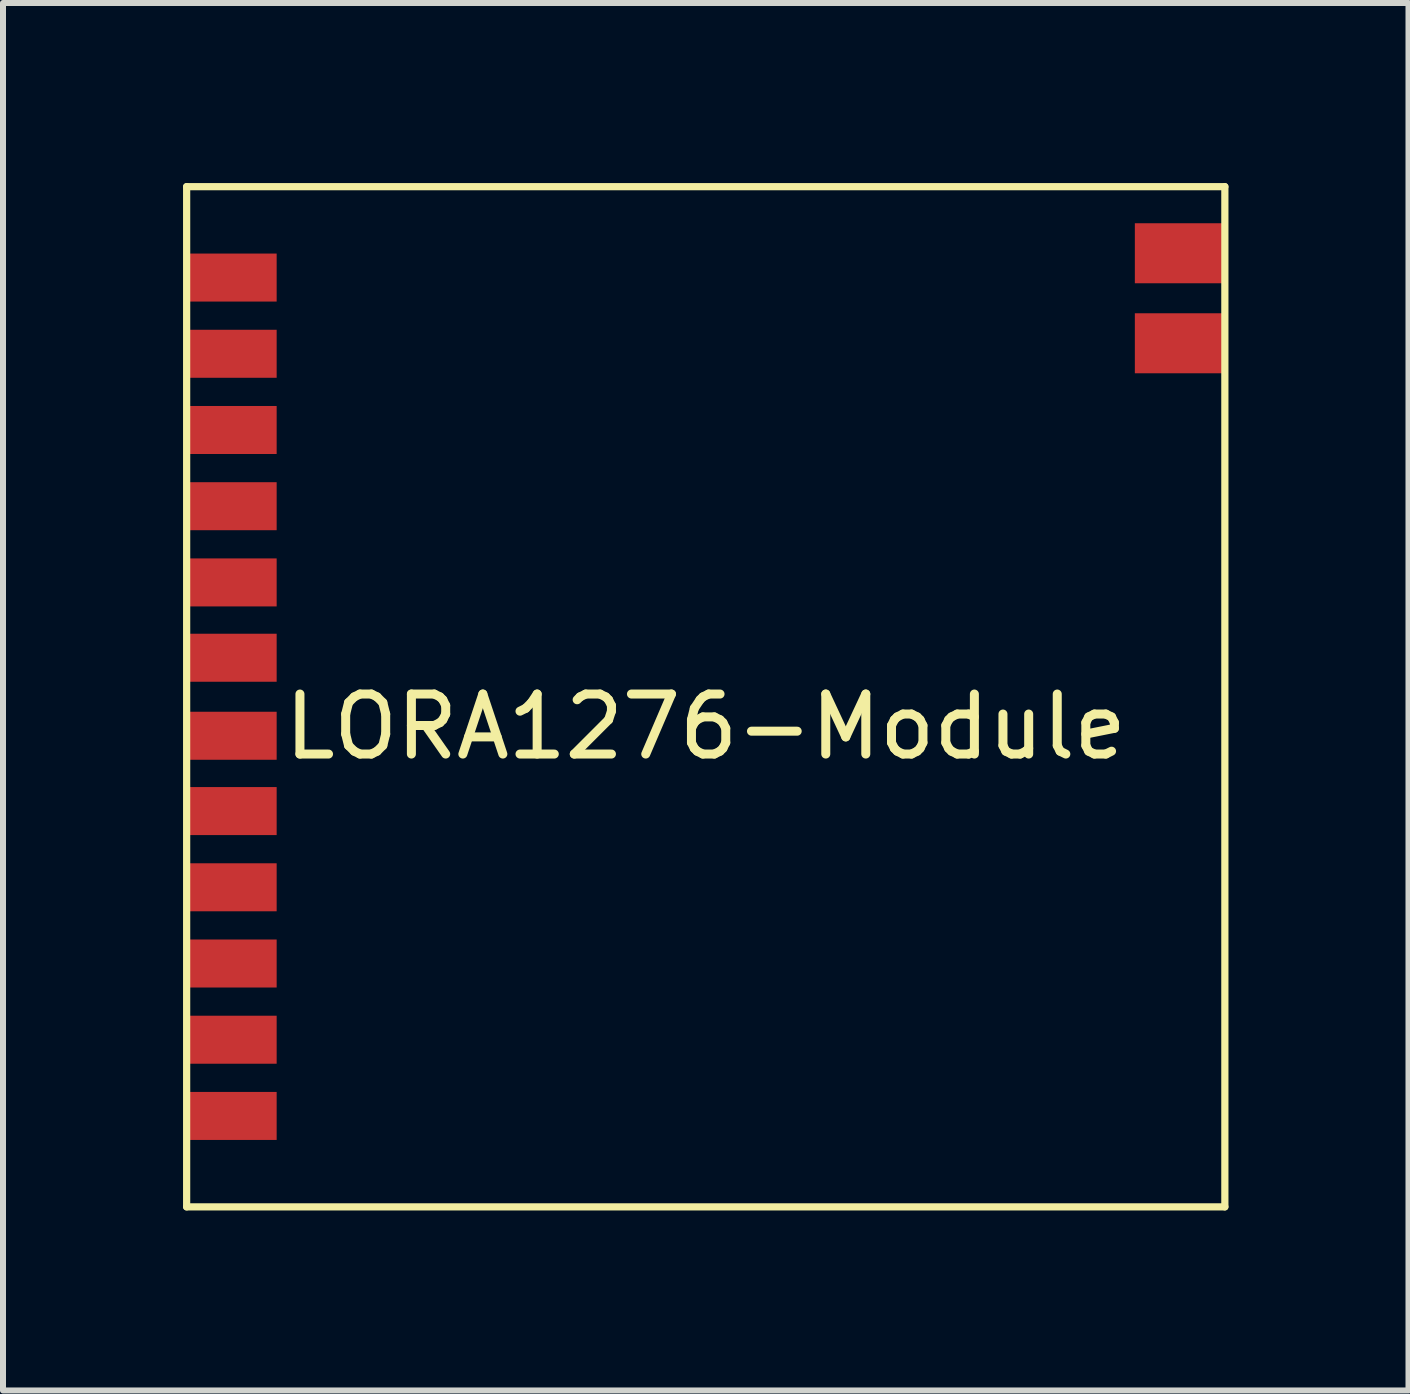
<source format=kicad_pcb>
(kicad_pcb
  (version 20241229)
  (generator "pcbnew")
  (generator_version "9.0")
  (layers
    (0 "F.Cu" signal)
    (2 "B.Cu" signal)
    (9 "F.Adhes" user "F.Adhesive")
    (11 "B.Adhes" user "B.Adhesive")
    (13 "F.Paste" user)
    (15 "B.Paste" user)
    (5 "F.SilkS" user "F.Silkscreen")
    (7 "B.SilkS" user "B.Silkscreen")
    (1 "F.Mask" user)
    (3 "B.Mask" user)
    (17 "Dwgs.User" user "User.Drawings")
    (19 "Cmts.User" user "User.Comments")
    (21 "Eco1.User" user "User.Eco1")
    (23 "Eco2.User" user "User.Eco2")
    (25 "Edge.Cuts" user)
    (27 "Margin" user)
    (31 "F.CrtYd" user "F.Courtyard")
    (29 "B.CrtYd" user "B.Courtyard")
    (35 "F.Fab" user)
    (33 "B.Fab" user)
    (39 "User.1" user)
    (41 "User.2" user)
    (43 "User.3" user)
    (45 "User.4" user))
  (footprint "LORA1276-Module"
    (layer "F.Cu")
    (at 8.71 8.56)
    (property "Reference" "LORA1276-Module" (at 0 0.5 0) (layer "F.SilkS") (effects (font (size 1 1) (thickness 0.15))))
    (attr through_hole)
    (fp_line (start -8.65 -8.5) (end 8.65 -8.5) (stroke (width 0.12) (type solid)) (layer "F.SilkS"))
    (fp_line (start -8.65 8.5) (end -8.65 -8.5) (stroke (width 0.12) (type solid)) (layer "F.SilkS"))
    (fp_line (start 8.65 -8.5) (end 8.65 8.5) (stroke (width 0.12) (type solid)) (layer "F.SilkS"))
    (fp_line (start 8.65 8.5) (end -8.65 8.5) (stroke (width 0.12) (type solid)) (layer "F.SilkS"))
    (pad "1" smd rect (at -7.9 -6.985) (size 1.5 0.8) (layers "F.Cu" "F.Mask" "F.Paste"))
    (pad "2" smd rect (at -7.9 -5.715) (size 1.5 0.8) (layers "F.Cu" "F.Mask" "F.Paste"))
    (pad "3" smd rect (at -7.9 -4.445) (size 1.5 0.8) (layers "F.Cu" "F.Mask" "F.Paste"))
    (pad "4" smd rect (at -7.9 -3.175) (size 1.5 0.8) (layers "F.Cu" "F.Mask" "F.Paste"))
    (pad "5" smd rect (at -7.9 -1.905) (size 1.5 0.8) (layers "F.Cu" "F.Mask" "F.Paste"))
    (pad "6" smd rect (at -7.9 -0.65) (size 1.5 0.8) (layers "F.Cu" "F.Mask" "F.Paste"))
    (pad "7" smd rect (at -7.9 0.65) (size 1.5 0.8) (layers "F.Cu" "F.Mask" "F.Paste"))
    (pad "8" smd rect (at -7.9 1.905) (size 1.5 0.8) (layers "F.Cu" "F.Mask" "F.Paste"))
    (pad "9" smd rect (at -7.9 3.175) (size 1.5 0.8) (layers "F.Cu" "F.Mask" "F.Paste"))
    (pad "10" smd rect (at -7.9 4.445) (size 1.5 0.8) (layers "F.Cu" "F.Mask" "F.Paste"))
    (pad "11" smd rect (at -7.9 5.715) (size 1.5 0.8) (layers "F.Cu" "F.Mask" "F.Paste"))
    (pad "12" smd rect (at -7.9 6.985) (size 1.5 0.8) (layers "F.Cu" "F.Mask" "F.Paste"))
    (pad "13" smd rect (at 7.9 -5.89) (size 1.5 1) (layers "F.Cu" "F.Mask" "F.Paste"))
    (pad "14" smd rect (at 7.9 -7.39) (size 1.5 1) (layers "F.Cu" "F.Mask" "F.Paste")))
  (gr_rect
    (start -3 -3)
    (end 20.42 20.12)
    (stroke (width 0.1) (type default))
    (fill no)
    (layer "Edge.Cuts")))
</source>
